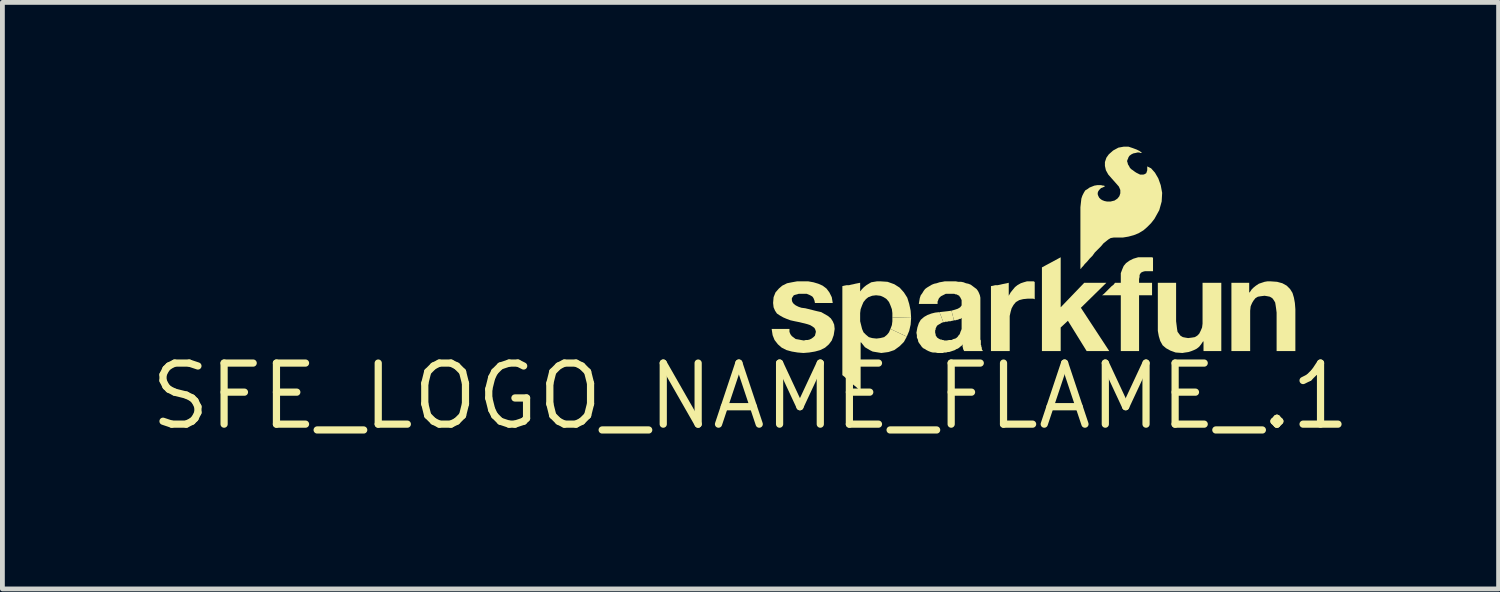
<source format=kicad_pcb>
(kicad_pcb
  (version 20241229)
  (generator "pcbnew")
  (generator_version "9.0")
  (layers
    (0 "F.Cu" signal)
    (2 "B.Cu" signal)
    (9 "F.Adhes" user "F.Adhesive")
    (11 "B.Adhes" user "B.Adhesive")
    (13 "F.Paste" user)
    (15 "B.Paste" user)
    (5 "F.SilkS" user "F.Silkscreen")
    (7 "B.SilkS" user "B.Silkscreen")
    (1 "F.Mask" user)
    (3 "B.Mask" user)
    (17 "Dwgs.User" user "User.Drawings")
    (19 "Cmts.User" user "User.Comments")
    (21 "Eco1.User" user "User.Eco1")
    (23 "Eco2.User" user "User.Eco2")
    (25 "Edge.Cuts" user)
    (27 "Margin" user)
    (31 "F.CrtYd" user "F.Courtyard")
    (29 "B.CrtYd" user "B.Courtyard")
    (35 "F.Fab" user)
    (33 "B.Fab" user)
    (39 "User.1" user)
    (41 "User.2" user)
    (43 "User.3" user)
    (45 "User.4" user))
  (footprint "SFE_LOGO_NAME_FLAME_.1"
    (layer "F.Cu")
    (at 12.556 5.19)
    (property "Reference" "SFE_LOGO_NAME_FLAME_.1" (at 0 0 0) (layer "F.SilkS") (effects (font (size 1.27 1.27) (thickness 0.15))))
    (attr through_hole)
    (fp_poly (pts (xy 2.91 -1.4) (xy 2.94 -1.48) (xy 2.95 -1.56) (xy 2.95 -1.64) (xy 3.34 -1.63) (xy 3.33 -1.49) (xy 3.3 -1.36) (xy 3.25 -1.24)) (stroke (width 0) (type solid)) (fill yes) (layer "F.SilkS"))
    (fp_poly (pts (xy 6.06 -2.68) (xy 6.45 -2.89) (xy 6.45 -1.85) (xy 6.94 -2.36) (xy 7.4 -2.36) (xy 6.87 -1.84) (xy 7.46 -0.94) (xy 6.99 -0.94) (xy 6.6 -1.57) (xy 6.45 -1.43) (xy 6.45 -0.94) (xy 6.06 -0.94)) (stroke (width 0) (type solid)) (fill yes) (layer "F.SilkS"))
    (fp_poly (pts (xy 3.93 -1.75) (xy 4.02 -1.76) (xy 4.11 -1.77) (xy 4.18 -1.78) (xy 4.23 -1.58) (xy 4.21 -1.57) (xy 4.19 -1.57) (xy 4.16 -1.56) (xy 4.14 -1.56) (xy 4.12 -1.56) (xy 4.09 -1.55) (xy 4.07 -1.55) (xy 4.05 -1.55) (xy 4.03 -1.54) (xy 4.01 -1.54)) (stroke (width 0) (type solid)) (fill yes) (layer "F.SilkS"))
    (fp_poly (pts (xy 5 -2.29) (xy 5.05 -2.3) (xy 5.09 -2.31) (xy 5.14 -2.31) (xy 5.19 -2.32) (xy 5.23 -2.33) (xy 5.28 -2.34) (xy 5.33 -2.35) (xy 5.37 -2.36) (xy 5.37 -2.32) (xy 5.37 -2.29) (xy 5.37 -2.26) (xy 5.37 -2.22) (xy 5.37 -2.19) (xy 5.37 -2.16) (xy 5.37 -2.13) (xy 5.37 -2.09) (xy 5.41 -2.16) (xy 5.45 -2.21) (xy 5.5 -2.27) (xy 5.55 -2.31) (xy 5.62 -2.35) (xy 5.68 -2.37) (xy 5.75 -2.39) (xy 5.83 -2.39) (xy 5.84 -2.39) (xy 5.85 -2.39) (xy 5.86 -2.39) (xy 5.87 -2.39) (xy 5.88 -2.39) (xy 5.89 -2.39) (xy 5.9 -2.38) (xy 5.91 -2.38) (xy 5.91 -2.33) (xy 5.91 -2.29) (xy 5.91 -2.24) (xy 5.91 -2.2) (xy 5.91 -2.15) (xy 5.91 -2.11) (xy 5.91 -2.06) (xy 5.91 -2.02) (xy 5.9 -2.02) (xy 5.88 -2.03) (xy 5.86 -2.03) (xy 5.84 -2.03) (xy 5.83 -2.03) (xy 5.81 -2.03) (xy 5.79 -2.03) (xy 5.77 -2.03) (xy 5.67 -2.02) (xy 5.59 -2) (xy 5.52 -1.96) (xy 5.47 -1.9) (xy 5.43 -1.83) (xy 5.41 -1.76) (xy 5.39 -1.67) (xy 5.39 -1.58) (xy 5.39 -1.5) (xy 5.39 -1.42) (xy 5.39 -1.34) (xy 5.39 -1.26) (xy 5.39 -1.18) (xy 5.39 -1.1) (xy 5.39 -1.02) (xy 5.39 -0.94) (xy 5.34 -0.94) (xy 5.29 -0.94) (xy 5.24 -0.94) (xy 5.19 -0.94) (xy 5.14 -0.94) (xy 5.1 -0.94) (xy 5.05 -0.94) (xy 5 -0.94) (xy 5 -1.11) (xy 5 -1.28) (xy 5 -1.45) (xy 5 -1.62) (xy 5 -1.78) (xy 5 -1.95) (xy 5 -2.12)) (stroke (width 0) (type solid)) (fill yes) (layer "F.SilkS"))
    (fp_poly (pts (xy 9.79 -0.94) (xy 9.74 -0.94) (xy 9.7 -0.94) (xy 9.65 -0.94) (xy 9.6 -0.94) (xy 9.56 -0.94) (xy 9.51 -0.94) (xy 9.47 -0.94) (xy 9.42 -0.94) (xy 9.42 -0.97) (xy 9.42 -0.99) (xy 9.42 -1.02) (xy 9.42 -1.04) (xy 9.42 -1.06) (xy 9.42 -1.09) (xy 9.42 -1.11) (xy 9.42 -1.14) (xy 9.41 -1.14) (xy 9.37 -1.08) (xy 9.33 -1.03) (xy 9.28 -0.99) (xy 9.22 -0.96) (xy 9.17 -0.94) (xy 9.11 -0.92) (xy 9.04 -0.91) (xy 8.98 -0.9) (xy 8.84 -0.91) (xy 8.73 -0.95) (xy 8.64 -1) (xy 8.57 -1.06) (xy 8.52 -1.15) (xy 8.49 -1.25) (xy 8.47 -1.36) (xy 8.47 -1.49) (xy 8.47 -1.59) (xy 8.47 -1.7) (xy 8.47 -1.81) (xy 8.47 -1.92) (xy 8.47 -2.03) (xy 8.47 -2.14) (xy 8.47 -2.25) (xy 8.47 -2.36) (xy 8.51 -2.36) (xy 8.56 -2.36) (xy 8.61 -2.36) (xy 8.66 -2.36) (xy 8.71 -2.36) (xy 8.76 -2.36) (xy 8.81 -2.36) (xy 8.85 -2.36) (xy 8.85 -2.26) (xy 8.85 -2.16) (xy 8.85 -2.06) (xy 8.85 -1.96) (xy 8.85 -1.86) (xy 8.85 -1.76) (xy 8.85 -1.66) (xy 8.85 -1.56) (xy 8.86 -1.48) (xy 8.87 -1.4) (xy 8.88 -1.34) (xy 8.91 -1.3) (xy 8.94 -1.26) (xy 8.99 -1.23) (xy 9.04 -1.22) (xy 9.1 -1.21) (xy 9.18 -1.22) (xy 9.24 -1.23) (xy 9.29 -1.26) (xy 9.33 -1.3) (xy 9.36 -1.36) (xy 9.39 -1.43) (xy 9.4 -1.51) (xy 9.4 -1.61) (xy 9.4 -1.71) (xy 9.4 -1.8) (xy 9.4 -1.89) (xy 9.4 -1.98) (xy 9.4 -2.08) (xy 9.4 -2.17) (xy 9.4 -2.26) (xy 9.4 -2.36) (xy 9.45 -2.36) (xy 9.5 -2.36) (xy 9.55 -2.36) (xy 9.6 -2.36) (xy 9.65 -2.36) (xy 9.7 -2.36) (xy 9.74 -2.36) (xy 9.79 -2.36) (xy 9.79 -2.18) (xy 9.79 -2) (xy 9.79 -1.83) (xy 9.79 -1.65) (xy 9.79 -1.47) (xy 9.79 -1.29) (xy 9.79 -1.12)) (stroke (width 0) (type solid)) (fill yes) (layer "F.SilkS"))
    (fp_poly (pts (xy 10 -2.36) (xy 10.05 -2.36) (xy 10.1 -2.36) (xy 10.14 -2.36) (xy 10.19 -2.36) (xy 10.23 -2.36) (xy 10.28 -2.36) (xy 10.33 -2.36) (xy 10.37 -2.36) (xy 10.37 -2.33) (xy 10.37 -2.31) (xy 10.37 -2.28) (xy 10.37 -2.26) (xy 10.37 -2.23) (xy 10.37 -2.21) (xy 10.37 -2.18) (xy 10.37 -2.16) (xy 10.38 -2.16) (xy 10.42 -2.22) (xy 10.46 -2.26) (xy 10.51 -2.3) (xy 10.57 -2.34) (xy 10.63 -2.36) (xy 10.69 -2.38) (xy 10.75 -2.39) (xy 10.81 -2.39) (xy 10.95 -2.38) (xy 11.06 -2.35) (xy 11.15 -2.3) (xy 11.22 -2.23) (xy 11.27 -2.15) (xy 11.3 -2.05) (xy 11.32 -1.94) (xy 11.33 -1.81) (xy 11.33 -1.7) (xy 11.33 -1.59) (xy 11.33 -1.49) (xy 11.33 -1.38) (xy 11.33 -1.27) (xy 11.33 -1.16) (xy 11.33 -1.05) (xy 11.33 -0.94) (xy 11.28 -0.94) (xy 11.23 -0.94) (xy 11.18 -0.94) (xy 11.13 -0.94) (xy 11.08 -0.94) (xy 11.03 -0.94) (xy 10.99 -0.94) (xy 10.94 -0.94) (xy 10.94 -1.04) (xy 10.94 -1.14) (xy 10.94 -1.24) (xy 10.94 -1.34) (xy 10.94 -1.44) (xy 10.94 -1.54) (xy 10.94 -1.64) (xy 10.94 -1.74) (xy 10.93 -1.82) (xy 10.92 -1.89) (xy 10.91 -1.95) (xy 10.88 -2) (xy 10.85 -2.04) (xy 10.8 -2.07) (xy 10.75 -2.08) (xy 10.69 -2.09) (xy 10.61 -2.08) (xy 10.55 -2.07) (xy 10.5 -2.04) (xy 10.46 -1.99) (xy 10.43 -1.94) (xy 10.4 -1.87) (xy 10.39 -1.78) (xy 10.39 -1.68) (xy 10.39 -1.59) (xy 10.39 -1.5) (xy 10.39 -1.41) (xy 10.39 -1.31) (xy 10.39 -1.22) (xy 10.39 -1.13) (xy 10.39 -1.03) (xy 10.39 -0.94) (xy 10.34 -0.94) (xy 10.29 -0.94) (xy 10.24 -0.94) (xy 10.19 -0.94) (xy 10.14 -0.94) (xy 10.1 -0.94) (xy 10.05 -0.94) (xy 10 -0.94) (xy 10 -1.12) (xy 10 -1.3) (xy 10 -1.47) (xy 10 -1.65) (xy 10 -1.83) (xy 10 -2) (xy 10 -2.18)) (stroke (width 0) (type solid)) (fill yes) (layer "F.SilkS"))
    (fp_poly (pts (xy 3.25 -1.24) (xy 3.19 -1.13) (xy 3.1 -1.04) (xy 2.99 -0.96) (xy 2.87 -0.92) (xy 2.72 -0.9) (xy 2.66 -0.91) (xy 2.6 -0.92) (xy 2.54 -0.93) (xy 2.48 -0.96) (xy 2.43 -0.99) (xy 2.38 -1.02) (xy 2.34 -1.07) (xy 2.3 -1.12) (xy 2.29 -1.12) (xy 2.29 -0.99) (xy 2.29 -0.86) (xy 2.29 -0.74) (xy 2.29 -0.61) (xy 2.29 -0.48) (xy 2.29 -0.35) (xy 2.29 -0.23) (xy 2.29 -0.1) (xy 2.25 -0.14) (xy 2.2 -0.19) (xy 2.15 -0.23) (xy 2.1 -0.27) (xy 2.05 -0.31) (xy 2 -0.36) (xy 1.96 -0.4) (xy 1.91 -0.44) (xy 1.91 -0.68) (xy 1.91 -0.91) (xy 1.91 -1.14) (xy 1.91 -1.37) (xy 1.91 -1.6) (xy 1.91 -1.83) (xy 1.91 -2.06) (xy 1.91 -2.29) (xy 1.95 -2.3) (xy 2 -2.31) (xy 2.05 -2.31) (xy 2.09 -2.32) (xy 2.14 -2.33) (xy 2.18 -2.34) (xy 2.23 -2.35) (xy 2.28 -2.36) (xy 2.28 -2.33) (xy 2.28 -2.31) (xy 2.28 -2.29) (xy 2.28 -2.27) (xy 2.28 -2.24) (xy 2.28 -2.22) (xy 2.28 -2.2) (xy 2.28 -2.18) (xy 2.32 -2.23) (xy 2.36 -2.27) (xy 2.41 -2.31) (xy 2.46 -2.34) (xy 2.51 -2.37) (xy 2.57 -2.38) (xy 2.63 -2.39) (xy 2.7 -2.39) (xy 2.85 -2.38) (xy 2.99 -2.33) (xy 3.1 -2.26) (xy 3.19 -2.16) (xy 3.26 -2.05) (xy 3.3 -1.92) (xy 3.33 -1.78) (xy 3.34 -1.63) (xy 2.95 -1.64) (xy 2.95 -1.73) (xy 2.94 -1.81) (xy 2.91 -1.89) (xy 2.88 -1.96) (xy 2.83 -2.02) (xy 2.77 -2.06) (xy 2.7 -2.09) (xy 2.61 -2.1) (xy 2.53 -2.09) (xy 2.45 -2.06) (xy 2.4 -2.02) (xy 2.35 -1.96) (xy 2.32 -1.89) (xy 2.29 -1.81) (xy 2.28 -1.73) (xy 2.28 -1.64) (xy 2.28 -1.56) (xy 2.3 -1.48) (xy 2.32 -1.4) (xy 2.35 -1.33) (xy 2.4 -1.28) (xy 2.46 -1.23) (xy 2.53 -1.21) (xy 2.62 -1.2) (xy 2.7 -1.21) (xy 2.78 -1.23) (xy 2.84 -1.28) (xy 2.88 -1.33) (xy 2.91 -1.4)) (stroke (width 0) (type solid)) (fill yes) (layer "F.SilkS"))
    (fp_poly (pts (xy 0.81 -1.4) (xy 0.81 -1.34) (xy 0.83 -1.29) (xy 0.86 -1.25) (xy 0.9 -1.22) (xy 0.94 -1.19) (xy 1 -1.18) (xy 1.05 -1.17) (xy 1.11 -1.16) (xy 1.15 -1.17) (xy 1.19 -1.17) (xy 1.23 -1.18) (xy 1.27 -1.2) (xy 1.31 -1.23) (xy 1.34 -1.26) (xy 1.35 -1.3) (xy 1.36 -1.34) (xy 1.35 -1.38) (xy 1.33 -1.42) (xy 1.29 -1.45) (xy 1.24 -1.48) (xy 1.18 -1.5) (xy 1.1 -1.52) (xy 1.02 -1.54) (xy 0.92 -1.56) (xy 0.83 -1.58) (xy 0.75 -1.61) (xy 0.68 -1.64) (xy 0.61 -1.68) (xy 0.55 -1.72) (xy 0.51 -1.78) (xy 0.48 -1.85) (xy 0.47 -1.94) (xy 0.48 -2.06) (xy 0.52 -2.16) (xy 0.59 -2.24) (xy 0.66 -2.3) (xy 0.76 -2.35) (xy 0.86 -2.37) (xy 0.97 -2.39) (xy 1.09 -2.39) (xy 1.2 -2.39) (xy 1.31 -2.37) (xy 1.41 -2.34) (xy 1.5 -2.3) (xy 1.58 -2.24) (xy 1.64 -2.16) (xy 1.69 -2.06) (xy 1.71 -1.94) (xy 1.66 -1.94) (xy 1.62 -1.94) (xy 1.57 -1.94) (xy 1.53 -1.94) (xy 1.48 -1.94) (xy 1.43 -1.94) (xy 1.39 -1.94) (xy 1.34 -1.94) (xy 1.33 -1.99) (xy 1.31 -2.04) (xy 1.29 -2.07) (xy 1.26 -2.09) (xy 1.22 -2.11) (xy 1.17 -2.13) (xy 1.13 -2.13) (xy 1.08 -2.13) (xy 1.04 -2.13) (xy 1 -2.13) (xy 0.97 -2.12) (xy 0.93 -2.11) (xy 0.9 -2.1) (xy 0.88 -2.07) (xy 0.86 -2.04) (xy 0.86 -2) (xy 0.87 -1.96) (xy 0.9 -1.92) (xy 0.94 -1.89) (xy 1 -1.86) (xy 1.06 -1.84) (xy 1.14 -1.83) (xy 1.22 -1.81) (xy 1.3 -1.79) (xy 1.38 -1.77) (xy 1.47 -1.75) (xy 1.54 -1.71) (xy 1.61 -1.67) (xy 1.67 -1.62) (xy 1.71 -1.56) (xy 1.74 -1.49) (xy 1.75 -1.4) (xy 1.73 -1.27) (xy 1.69 -1.16) (xy 1.63 -1.08) (xy 1.55 -1.01) (xy 1.45 -0.96) (xy 1.34 -0.93) (xy 1.22 -0.91) (xy 1.1 -0.9) (xy 0.98 -0.91) (xy 0.86 -0.93) (xy 0.75 -0.96) (xy 0.65 -1.01) (xy 0.57 -1.08) (xy 0.5 -1.17) (xy 0.46 -1.27) (xy 0.44 -1.4) (xy 0.48 -1.4) (xy 0.53 -1.4) (xy 0.58 -1.4) (xy 0.62 -1.4) (xy 0.67 -1.4) (xy 0.71 -1.4) (xy 0.76 -1.4)) (stroke (width 0) (type solid)) (fill yes) (layer "F.SilkS"))
    (fp_poly (pts (xy 8.25 -4.78) (xy 8.25 -4.76) (xy 8.25 -4.73) (xy 8.25 -4.7) (xy 8.24 -4.67) (xy 8.23 -4.64) (xy 8.2 -4.62) (xy 8.17 -4.61) (xy 8.14 -4.61) (xy 8.1 -4.61) (xy 8.06 -4.63) (xy 8.02 -4.65) (xy 7.99 -4.67) (xy 7.95 -4.7) (xy 7.92 -4.72) (xy 7.89 -4.75) (xy 7.87 -4.79) (xy 7.85 -4.82) (xy 7.84 -4.86) (xy 7.83 -4.89) (xy 7.84 -4.92) (xy 7.85 -4.94) (xy 7.86 -4.97) (xy 7.88 -5) (xy 7.92 -5.03) (xy 7.96 -5.05) (xy 8.01 -5.06) (xy 8.05 -5.07) (xy 8.08 -5.07) (xy 8.11 -5.06) (xy 8.13 -5.06) (xy 8.14 -5.06) (xy 8.13 -5.07) (xy 8.09 -5.1) (xy 8.03 -5.13) (xy 7.95 -5.16) (xy 7.86 -5.19) (xy 7.76 -5.19) (xy 7.65 -5.17) (xy 7.54 -5.11) (xy 7.45 -5.03) (xy 7.4 -4.96) (xy 7.37 -4.87) (xy 7.37 -4.79) (xy 7.39 -4.7) (xy 7.44 -4.61) (xy 7.51 -4.53) (xy 7.59 -4.44) (xy 7.66 -4.36) (xy 7.69 -4.29) (xy 7.69 -4.22) (xy 7.67 -4.16) (xy 7.63 -4.11) (xy 7.57 -4.07) (xy 7.49 -4.05) (xy 7.41 -4.05) (xy 7.36 -4.06) (xy 7.31 -4.08) (xy 7.28 -4.1) (xy 7.25 -4.13) (xy 7.23 -4.17) (xy 7.22 -4.2) (xy 7.22 -4.23) (xy 7.23 -4.26) (xy 7.25 -4.29) (xy 7.27 -4.31) (xy 7.29 -4.33) (xy 7.32 -4.34) (xy 7.34 -4.35) (xy 7.36 -4.36) (xy 7.37 -4.37) (xy 7.35 -4.38) (xy 7.33 -4.38) (xy 7.29 -4.39) (xy 7.25 -4.39) (xy 7.21 -4.39) (xy 7.15 -4.38) (xy 7.1 -4.36) (xy 7.05 -4.34) (xy 7.01 -4.31) (xy 6.96 -4.28) (xy 6.93 -4.23) (xy 6.9 -4.17) (xy 6.88 -4.11) (xy 6.87 -4.02) (xy 6.86 -3.93) (xy 6.86 -3.77) (xy 6.86 -3.61) (xy 6.86 -3.45) (xy 6.86 -3.29) (xy 6.86 -3.13) (xy 6.86 -2.97) (xy 6.86 -2.81) (xy 6.86 -2.65) (xy 6.87 -2.65) (xy 6.89 -2.68) (xy 6.92 -2.71) (xy 6.95 -2.75) (xy 7 -2.8) (xy 7.05 -2.86) (xy 7.11 -2.92) (xy 7.16 -2.99) (xy 7.23 -3.06) (xy 7.29 -3.12) (xy 7.34 -3.18) (xy 7.39 -3.22) (xy 7.44 -3.26) (xy 7.49 -3.29) (xy 7.55 -3.3) (xy 7.62 -3.3) (xy 7.74 -3.3) (xy 7.86 -3.32) (xy 7.97 -3.35) (xy 8.07 -3.39) (xy 8.17 -3.45) (xy 8.25 -3.52) (xy 8.33 -3.6) (xy 8.4 -3.69) (xy 8.5 -3.87) (xy 8.55 -4.05) (xy 8.56 -4.23) (xy 8.53 -4.39) (xy 8.48 -4.53) (xy 8.41 -4.65) (xy 8.33 -4.74)) (stroke (width 0) (type solid)) (fill yes) (layer "F.SilkS"))
    (fp_poly (pts (xy 7.7 -2.1) (xy 7.65 -2.1) (xy 7.6 -2.1) (xy 7.55 -2.1) (xy 7.51 -2.1) (xy 7.46 -2.1) (xy 7.41 -2.1) (xy 7.36 -2.1) (xy 7.31 -2.1) (xy 7.35 -2.13) (xy 7.38 -2.16) (xy 7.41 -2.19) (xy 7.45 -2.23) (xy 7.48 -2.26) (xy 7.51 -2.29) (xy 7.55 -2.32) (xy 7.58 -2.36) (xy 7.59 -2.36) (xy 7.61 -2.36) (xy 7.62 -2.36) (xy 7.64 -2.36) (xy 7.65 -2.36) (xy 7.67 -2.36) (xy 7.68 -2.36) (xy 7.7 -2.36) (xy 7.7 -2.37) (xy 7.7 -2.38) (xy 7.7 -2.4) (xy 7.7 -2.41) (xy 7.7 -2.42) (xy 7.7 -2.44) (xy 7.7 -2.45) (xy 7.7 -2.46) (xy 7.7 -2.56) (xy 7.73 -2.64) (xy 7.76 -2.71) (xy 7.81 -2.77) (xy 7.88 -2.82) (xy 7.96 -2.86) (xy 8.06 -2.89) (xy 8.17 -2.89) (xy 8.2 -2.89) (xy 8.22 -2.89) (xy 8.25 -2.89) (xy 8.27 -2.89) (xy 8.3 -2.89) (xy 8.32 -2.89) (xy 8.35 -2.89) (xy 8.37 -2.88) (xy 8.37 -2.85) (xy 8.37 -2.81) (xy 8.37 -2.78) (xy 8.37 -2.74) (xy 8.37 -2.7) (xy 8.37 -2.67) (xy 8.37 -2.63) (xy 8.37 -2.6) (xy 8.36 -2.6) (xy 8.34 -2.6) (xy 8.32 -2.6) (xy 8.3 -2.6) (xy 8.29 -2.6) (xy 8.27 -2.6) (xy 8.25 -2.6) (xy 8.23 -2.6) (xy 8.2 -2.6) (xy 8.16 -2.59) (xy 8.14 -2.58) (xy 8.12 -2.57) (xy 8.1 -2.54) (xy 8.09 -2.52) (xy 8.09 -2.48) (xy 8.08 -2.44) (xy 8.08 -2.43) (xy 8.08 -2.42) (xy 8.08 -2.41) (xy 8.08 -2.4) (xy 8.08 -2.39) (xy 8.08 -2.38) (xy 8.08 -2.37) (xy 8.08 -2.36) (xy 8.12 -2.36) (xy 8.15 -2.36) (xy 8.19 -2.36) (xy 8.22 -2.36) (xy 8.25 -2.36) (xy 8.29 -2.36) (xy 8.32 -2.36) (xy 8.35 -2.36) (xy 8.35 -2.32) (xy 8.35 -2.29) (xy 8.35 -2.26) (xy 8.35 -2.23) (xy 8.35 -2.19) (xy 8.35 -2.16) (xy 8.35 -2.13) (xy 8.35 -2.1) (xy 8.32 -2.1) (xy 8.29 -2.1) (xy 8.25 -2.1) (xy 8.22 -2.1) (xy 8.19 -2.1) (xy 8.15 -2.1) (xy 8.12 -2.1) (xy 8.08 -2.1) (xy 8.08 -1.95) (xy 8.08 -1.81) (xy 8.08 -1.66) (xy 8.08 -1.52) (xy 8.08 -1.37) (xy 8.08 -1.23) (xy 8.08 -1.09) (xy 8.08 -0.94) (xy 8.04 -0.94) (xy 7.99 -0.94) (xy 7.94 -0.94) (xy 7.89 -0.94) (xy 7.84 -0.94) (xy 7.79 -0.94) (xy 7.74 -0.94) (xy 7.7 -0.94) (xy 7.7 -1.09) (xy 7.7 -1.23) (xy 7.7 -1.37) (xy 7.7 -1.52) (xy 7.7 -1.66) (xy 7.7 -1.81) (xy 7.7 -1.95)) (stroke (width 0) (type solid)) (fill yes) (layer "F.SilkS"))
    (fp_poly (pts (xy 4.01 -1.54) (xy 3.98 -1.53) (xy 3.96 -1.52) (xy 3.95 -1.51) (xy 3.93 -1.5) (xy 3.91 -1.49) (xy 3.9 -1.48) (xy 3.88 -1.47) (xy 3.87 -1.45) (xy 3.86 -1.43) (xy 3.85 -1.41) (xy 3.85 -1.39) (xy 3.84 -1.37) (xy 3.84 -1.34) (xy 3.84 -1.32) (xy 3.85 -1.29) (xy 3.85 -1.27) (xy 3.86 -1.25) (xy 3.87 -1.24) (xy 3.88 -1.22) (xy 3.9 -1.21) (xy 3.91 -1.2) (xy 3.93 -1.19) (xy 3.95 -1.18) (xy 3.97 -1.18) (xy 3.99 -1.17) (xy 4.01 -1.17) (xy 4.03 -1.16) (xy 4.06 -1.16) (xy 4.08 -1.16) (xy 4.13 -1.17) (xy 4.18 -1.17) (xy 4.22 -1.19) (xy 4.26 -1.2) (xy 4.29 -1.22) (xy 4.31 -1.24) (xy 4.33 -1.27) (xy 4.35 -1.29) (xy 4.36 -1.32) (xy 4.37 -1.35) (xy 4.38 -1.37) (xy 4.39 -1.4) (xy 4.39 -1.43) (xy 4.39 -1.45) (xy 4.39 -1.47) (xy 4.39 -1.49) (xy 4.39 -1.5) (xy 4.39 -1.51) (xy 4.39 -1.52) (xy 4.39 -1.53) (xy 4.39 -1.54) (xy 4.39 -1.55) (xy 4.39 -1.56) (xy 4.39 -1.57) (xy 4.39 -1.58) (xy 4.39 -1.59) (xy 4.39 -1.6) (xy 4.39 -1.61) (xy 4.39 -1.62) (xy 4.39 -1.63) (xy 4.38 -1.62) (xy 4.37 -1.61) (xy 4.35 -1.61) (xy 4.33 -1.6) (xy 4.31 -1.59) (xy 4.29 -1.59) (xy 4.27 -1.58) (xy 4.25 -1.58) (xy 4.23 -1.58) (xy 4.18 -1.78) (xy 4.25 -1.8) (xy 4.31 -1.82) (xy 4.36 -1.85) (xy 4.39 -1.89) (xy 4.39 -1.94) (xy 4.39 -1.97) (xy 4.39 -2) (xy 4.38 -2.02) (xy 4.37 -2.04) (xy 4.36 -2.06) (xy 4.35 -2.07) (xy 4.34 -2.09) (xy 4.32 -2.1) (xy 4.3 -2.11) (xy 4.28 -2.12) (xy 4.26 -2.12) (xy 4.24 -2.13) (xy 4.22 -2.13) (xy 4.19 -2.13) (xy 4.17 -2.13) (xy 4.14 -2.13) (xy 4.12 -2.13) (xy 4.09 -2.13) (xy 4.06 -2.13) (xy 4.04 -2.12) (xy 4.02 -2.11) (xy 4 -2.1) (xy 3.98 -2.09) (xy 3.96 -2.08) (xy 3.95 -2.07) (xy 3.93 -2.05) (xy 3.92 -2.04) (xy 3.91 -2.02) (xy 3.9 -1.99) (xy 3.89 -1.97) (xy 3.89 -1.95) (xy 3.89 -1.92) (xy 3.86 -1.92) (xy 3.84 -1.92) (xy 3.81 -1.92) (xy 3.79 -1.92) (xy 3.76 -1.92) (xy 3.74 -1.92) (xy 3.72 -1.92) (xy 3.69 -1.92) (xy 3.67 -1.92) (xy 3.64 -1.92) (xy 3.62 -1.92) (xy 3.59 -1.92) (xy 3.57 -1.92) (xy 3.55 -1.92) (xy 3.52 -1.92) (xy 3.5 -1.92) (xy 3.51 -1.98) (xy 3.52 -2.04) (xy 3.54 -2.1) (xy 3.57 -2.14) (xy 3.6 -2.19) (xy 3.63 -2.23) (xy 3.67 -2.26) (xy 3.72 -2.29) (xy 3.77 -2.32) (xy 3.82 -2.34) (xy 3.87 -2.35) (xy 3.93 -2.37) (xy 3.99 -2.38) (xy 4.04 -2.39) (xy 4.1 -2.39) (xy 4.16 -2.39) (xy 4.22 -2.39) (xy 4.27 -2.39) (xy 4.32 -2.38) (xy 4.38 -2.38) (xy 4.43 -2.37) (xy 4.48 -2.35) (xy 4.53 -2.34) (xy 4.58 -2.32) (xy 4.62 -2.29) (xy 4.66 -2.26) (xy 4.7 -2.23) (xy 4.73 -2.19) (xy 4.75 -2.15) (xy 4.77 -2.1) (xy 4.78 -2.05) (xy 4.78 -1.99) (xy 4.78 -1.94) (xy 4.78 -1.9) (xy 4.78 -1.85) (xy 4.78 -1.8) (xy 4.78 -1.76) (xy 4.78 -1.71) (xy 4.78 -1.67) (xy 4.78 -1.62) (xy 4.78 -1.57) (xy 4.78 -1.53) (xy 4.78 -1.48) (xy 4.78 -1.44) (xy 4.78 -1.39) (xy 4.78 -1.34) (xy 4.78 -1.3) (xy 4.78 -1.25) (xy 4.78 -1.23) (xy 4.78 -1.2) (xy 4.78 -1.18) (xy 4.79 -1.16) (xy 4.79 -1.13) (xy 4.79 -1.11) (xy 4.79 -1.09) (xy 4.79 -1.07) (xy 4.8 -1.05) (xy 4.8 -1.03) (xy 4.81 -1.01) (xy 4.81 -0.99) (xy 4.81 -0.98) (xy 4.82 -0.96) (xy 4.83 -0.95) (xy 4.83 -0.94) (xy 4.81 -0.94) (xy 4.78 -0.94) (xy 4.76 -0.94) (xy 4.73 -0.94) (xy 4.71 -0.94) (xy 4.68 -0.94) (xy 4.66 -0.94) (xy 4.64 -0.94) (xy 4.61 -0.94) (xy 4.59 -0.94) (xy 4.56 -0.94) (xy 4.54 -0.94) (xy 4.51 -0.94) (xy 4.49 -0.94) (xy 4.46 -0.94) (xy 4.44 -0.94) (xy 4.44 -0.95) (xy 4.43 -0.96) (xy 4.43 -0.97) (xy 4.42 -0.98) (xy 4.42 -0.99) (xy 4.42 -1) (xy 4.42 -1.01) (xy 4.41 -1.02) (xy 4.41 -1.03) (xy 4.41 -1.04) (xy 4.41 -1.05) (xy 4.41 -1.06) (xy 4.41 -1.07) (xy 4.41 -1.08) (xy 4.39 -1.05) (xy 4.36 -1.03) (xy 4.34 -1.01) (xy 4.31 -0.99) (xy 4.28 -0.98) (xy 4.25 -0.96) (xy 4.22 -0.95) (xy 4.19 -0.94) (xy 4.16 -0.93) (xy 4.13 -0.92) (xy 4.1 -0.92) (xy 4.07 -0.91) (xy 4.03 -0.91) (xy 4 -0.9) (xy 3.97 -0.9) (xy 3.94 -0.9) (xy 3.89 -0.9) (xy 3.84 -0.91) (xy 3.79 -0.91) (xy 3.75 -0.92) (xy 3.7 -0.94) (xy 3.66 -0.96) (xy 3.63 -0.98) (xy 3.59 -1) (xy 3.56 -1.03) (xy 3.54 -1.06) (xy 3.51 -1.1) (xy 3.49 -1.13) (xy 3.48 -1.18) (xy 3.46 -1.22) (xy 3.46 -1.27) (xy 3.45 -1.32) (xy 3.47 -1.43) (xy 3.5 -1.52) (xy 3.54 -1.59) (xy 3.61 -1.65) (xy 3.68 -1.69) (xy 3.76 -1.72) (xy 3.84 -1.74) (xy 3.93 -1.75)) (stroke (width 0) (type solid)) (fill yes) (layer "F.SilkS")))
  (gr_rect
    (start -3 -3)
    (end 28.112 9.196)
    (stroke (width 0.1) (type default))
    (fill no)
    (layer "Edge.Cuts")))
</source>
